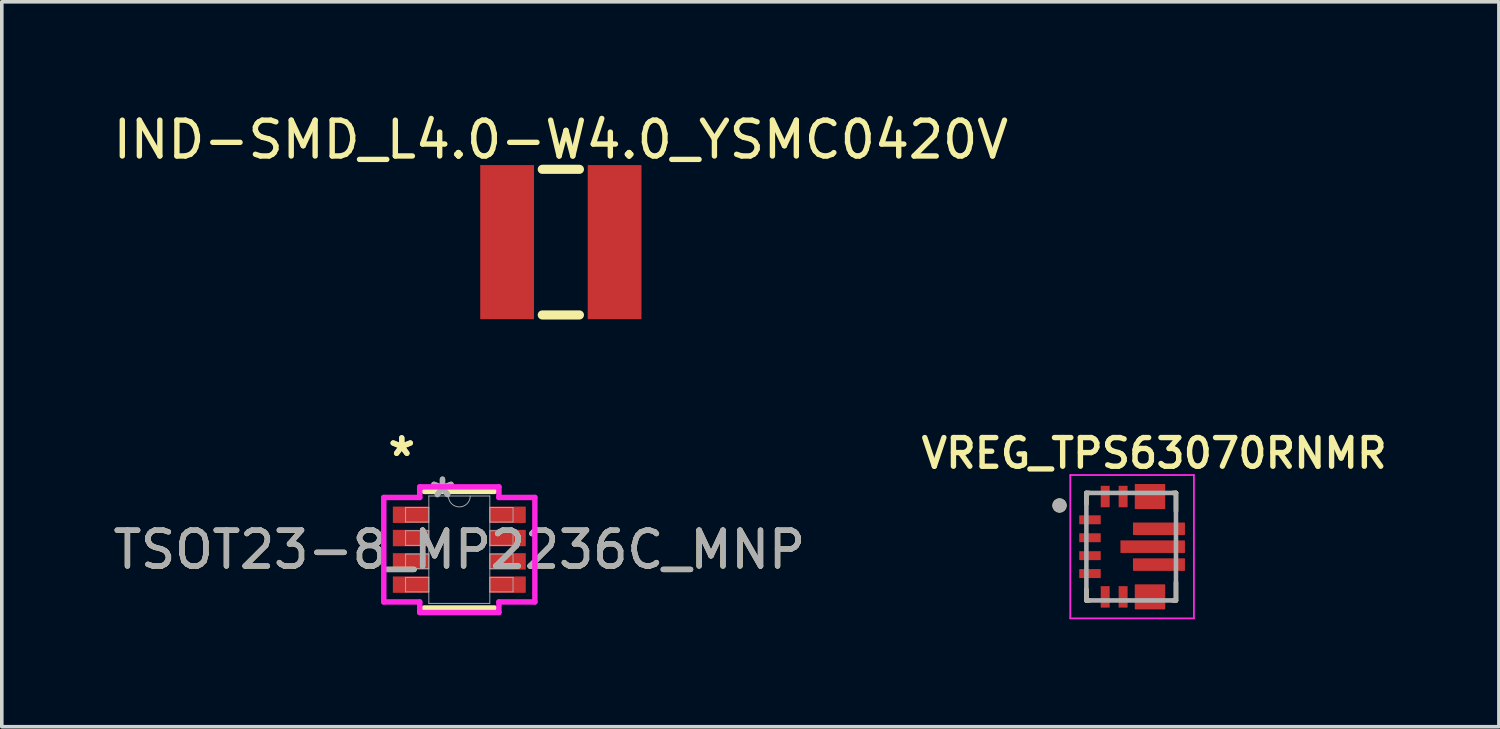
<source format=kicad_pcb>
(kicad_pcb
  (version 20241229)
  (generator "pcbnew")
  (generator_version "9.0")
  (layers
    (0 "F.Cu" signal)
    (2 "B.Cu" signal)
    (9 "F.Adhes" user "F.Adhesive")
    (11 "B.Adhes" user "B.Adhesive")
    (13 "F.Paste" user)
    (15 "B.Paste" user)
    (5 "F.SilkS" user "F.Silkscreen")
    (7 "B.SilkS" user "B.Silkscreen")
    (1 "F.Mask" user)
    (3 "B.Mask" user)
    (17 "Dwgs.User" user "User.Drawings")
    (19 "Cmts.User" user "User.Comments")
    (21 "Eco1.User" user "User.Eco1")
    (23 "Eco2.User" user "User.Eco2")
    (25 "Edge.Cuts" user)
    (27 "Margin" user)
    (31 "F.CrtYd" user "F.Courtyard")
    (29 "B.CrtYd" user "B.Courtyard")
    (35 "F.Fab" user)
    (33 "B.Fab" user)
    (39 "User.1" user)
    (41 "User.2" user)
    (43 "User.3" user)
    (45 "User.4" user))
  (footprint "IND-SMD_L4.0-W4.0_YSMC0420V"
    (layer "F.Cu")
    (at 12.601 3.707)
    (property "Reference" "IND-SMD_L4.0-W4.0_YSMC0420V" (at 0 -2.859 0) (layer "F.SilkS") (effects (font (size 1 1) (thickness 0.15))))
    (fp_line (start -0.519 -2.032) (end 0.519 -2.032) (stroke (width 0.254) (type default)) (layer "F.SilkS"))
    (fp_line (start -0.519 2.032) (end 0.519 2.032) (stroke (width 0.254) (type default)) (layer "F.SilkS"))
    (fp_poly (pts (xy -2 -2) (xy -0.8 -2) (xy -0.8 2) (xy -2 2)) (stroke (width 0.1) (type default)) (fill no) (layer "User.1"))
    (fp_poly (pts (xy 0.8 -2) (xy 2 -2) (xy 2 2) (xy 0.8 2)) (stroke (width 0.1) (type default)) (fill no) (layer "User.1"))
    (fp_line (start -2 -2) (end 2 -2) (stroke (width 0.051) (type default)) (layer "User.2"))
    (fp_line (start -2 2) (end -2 -2) (stroke (width 0.051) (type default)) (layer "User.2"))
    (fp_line (start 2 -2) (end 2 2) (stroke (width 0.051) (type default)) (layer "User.2"))
    (fp_line (start 2 2) (end -2 2) (stroke (width 0.051) (type default)) (layer "User.2"))
    (fp_poly (pts (xy -1.945 1.977) (xy -1.977 1.945) (xy -2.023 1.945) (xy -2.055 1.977) (xy -2.055 2.023) (xy -2.023 2.055) (xy -1.977 2.055) (xy -1.945 2.023)) (stroke (width 0.1) (type default)) (fill no) (layer "User.3"))
    (pad "1" smd rect (at -1.5 0) (size 1.5 4.3) (layers "F.Cu" "F.Mask" "F.Paste"))
    (pad "2" smd rect (at 1.5 0) (size 1.5 4.3) (layers "F.Cu" "F.Mask" "F.Paste")))
  (footprint "TSOT23-8_MP2236C_MNP"
    (layer "F.Cu")
    (at 9.768 12.29)
    (property "Reference" "TSOT23-8_MP2236C_MNP" (at 0 0 0) (unlocked yes) (layer "F.SilkS") (effects (font (size 1 1) (thickness 0.15))))
    (attr smd)
    (fp_line (start -0.978 1.626) (end 0.978 1.626) (stroke (width 0.152) (type solid)) (layer "F.SilkS"))
    (fp_line (start 0.978 -1.626) (end -0.978 -1.626) (stroke (width 0.152) (type solid)) (layer "F.SilkS"))
    (fp_line (start -2.108 -1.458) (end -1.105 -1.458) (stroke (width 0.152) (type solid)) (layer "F.CrtYd"))
    (fp_line (start -2.108 1.458) (end -2.108 -1.458) (stroke (width 0.152) (type solid)) (layer "F.CrtYd"))
    (fp_line (start -2.108 1.458) (end -1.105 1.458) (stroke (width 0.152) (type solid)) (layer "F.CrtYd"))
    (fp_line (start -1.105 -1.753) (end 1.105 -1.753) (stroke (width 0.152) (type solid)) (layer "F.CrtYd"))
    (fp_line (start -1.105 -1.458) (end -1.105 -1.753) (stroke (width 0.152) (type solid)) (layer "F.CrtYd"))
    (fp_line (start -1.105 1.753) (end -1.105 1.458) (stroke (width 0.152) (type solid)) (layer "F.CrtYd"))
    (fp_line (start 1.105 -1.753) (end 1.105 -1.458) (stroke (width 0.152) (type solid)) (layer "F.CrtYd"))
    (fp_line (start 1.105 1.458) (end 1.105 1.753) (stroke (width 0.152) (type solid)) (layer "F.CrtYd"))
    (fp_line (start 1.105 1.753) (end -1.105 1.753) (stroke (width 0.152) (type solid)) (layer "F.CrtYd"))
    (fp_line (start 2.108 -1.458) (end 1.105 -1.458) (stroke (width 0.152) (type solid)) (layer "F.CrtYd"))
    (fp_line (start 2.108 -1.458) (end 2.108 1.458) (stroke (width 0.152) (type solid)) (layer "F.CrtYd"))
    (fp_line (start 2.108 1.458) (end 1.105 1.458) (stroke (width 0.152) (type solid)) (layer "F.CrtYd"))
    (fp_line (start -1.499 -1.178) (end -1.499 -0.772) (stroke (width 0.025) (type solid)) (layer "F.Fab"))
    (fp_line (start -1.499 -0.772) (end -0.851 -0.772) (stroke (width 0.025) (type solid)) (layer "F.Fab"))
    (fp_line (start -1.499 -0.528) (end -1.499 -0.122) (stroke (width 0.025) (type solid)) (layer "F.Fab"))
    (fp_line (start -1.499 -0.122) (end -0.851 -0.122) (stroke (width 0.025) (type solid)) (layer "F.Fab"))
    (fp_line (start -1.499 0.122) (end -1.499 0.528) (stroke (width 0.025) (type solid)) (layer "F.Fab"))
    (fp_line (start -1.499 0.528) (end -0.851 0.528) (stroke (width 0.025) (type solid)) (layer "F.Fab"))
    (fp_line (start -1.499 0.772) (end -1.499 1.178) (stroke (width 0.025) (type solid)) (layer "F.Fab"))
    (fp_line (start -1.499 1.178) (end -0.851 1.178) (stroke (width 0.025) (type solid)) (layer "F.Fab"))
    (fp_line (start -0.851 -1.499) (end -0.851 1.499) (stroke (width 0.025) (type solid)) (layer "F.Fab"))
    (fp_line (start -0.851 -1.178) (end -1.499 -1.178) (stroke (width 0.025) (type solid)) (layer "F.Fab"))
    (fp_line (start -0.851 -0.772) (end -0.851 -1.178) (stroke (width 0.025) (type solid)) (layer "F.Fab"))
    (fp_line (start -0.851 -0.528) (end -1.499 -0.528) (stroke (width 0.025) (type solid)) (layer "F.Fab"))
    (fp_line (start -0.851 -0.122) (end -0.851 -0.528) (stroke (width 0.025) (type solid)) (layer "F.Fab"))
    (fp_line (start -0.851 0.122) (end -1.499 0.122) (stroke (width 0.025) (type solid)) (layer "F.Fab"))
    (fp_line (start -0.851 0.528) (end -0.851 0.122) (stroke (width 0.025) (type solid)) (layer "F.Fab"))
    (fp_line (start -0.851 0.772) (end -1.499 0.772) (stroke (width 0.025) (type solid)) (layer "F.Fab"))
    (fp_line (start -0.851 1.178) (end -0.851 0.772) (stroke (width 0.025) (type solid)) (layer "F.Fab"))
    (fp_line (start -0.851 1.499) (end 0.851 1.499) (stroke (width 0.025) (type solid)) (layer "F.Fab"))
    (fp_line (start 0.851 -1.499) (end -0.851 -1.499) (stroke (width 0.025) (type solid)) (layer "F.Fab"))
    (fp_line (start 0.851 -1.178) (end 0.851 -0.772) (stroke (width 0.025) (type solid)) (layer "F.Fab"))
    (fp_line (start 0.851 -0.772) (end 1.499 -0.772) (stroke (width 0.025) (type solid)) (layer "F.Fab"))
    (fp_line (start 0.851 -0.528) (end 0.851 -0.122) (stroke (width 0.025) (type solid)) (layer "F.Fab"))
    (fp_line (start 0.851 -0.122) (end 1.499 -0.122) (stroke (width 0.025) (type solid)) (layer "F.Fab"))
    (fp_line (start 0.851 0.122) (end 0.851 0.528) (stroke (width 0.025) (type solid)) (layer "F.Fab"))
    (fp_line (start 0.851 0.528) (end 1.499 0.528) (stroke (width 0.025) (type solid)) (layer "F.Fab"))
    (fp_line (start 0.851 0.772) (end 0.851 1.178) (stroke (width 0.025) (type solid)) (layer "F.Fab"))
    (fp_line (start 0.851 1.178) (end 1.499 1.178) (stroke (width 0.025) (type solid)) (layer "F.Fab"))
    (fp_line (start 0.851 1.499) (end 0.851 -1.499) (stroke (width 0.025) (type solid)) (layer "F.Fab"))
    (fp_line (start 1.499 -1.178) (end 0.851 -1.178) (stroke (width 0.025) (type solid)) (layer "F.Fab"))
    (fp_line (start 1.499 -0.772) (end 1.499 -1.178) (stroke (width 0.025) (type solid)) (layer "F.Fab"))
    (fp_line (start 1.499 -0.528) (end 0.851 -0.528) (stroke (width 0.025) (type solid)) (layer "F.Fab"))
    (fp_line (start 1.499 -0.122) (end 1.499 -0.528) (stroke (width 0.025) (type solid)) (layer "F.Fab"))
    (fp_line (start 1.499 0.122) (end 0.851 0.122) (stroke (width 0.025) (type solid)) (layer "F.Fab"))
    (fp_line (start 1.499 0.528) (end 1.499 0.122) (stroke (width 0.025) (type solid)) (layer "F.Fab"))
    (fp_line (start 1.499 0.772) (end 0.851 0.772) (stroke (width 0.025) (type solid)) (layer "F.Fab"))
    (fp_line (start 1.499 1.178) (end 1.499 0.772) (stroke (width 0.025) (type solid)) (layer "F.Fab"))
    (fp_arc (start 0.3048 -1.4986) (mid 0 -1.1938) (end -0.3048 -1.4986) (stroke (width 0.0254) (type solid)) (layer "F.Fab"))
    (fp_text user "*" (at -1.607 -2.575 0) (unlocked yes) (layer "F.SilkS") (effects (font (size 1 1) (thickness 0.15))))
    (fp_text user "*" (at -1.607 -2.575 0) (layer "F.SilkS") (effects (font (size 1 1) (thickness 0.15))))
    (fp_text user "${REFERENCE}" (at 0 0 0) (unlocked yes) (layer "F.Fab") (effects (font (size 1 1) (thickness 0.15))))
    (fp_text user "*" (at -0.47 -1.422 0) (unlocked yes) (layer "F.Fab") (effects (font (size 1 1) (thickness 0.15))))
    (fp_text user "*" (at -0.47 -1.422 0) (layer "F.Fab") (effects (font (size 1 1) (thickness 0.15))))
    (pad "1" smd rect (at -1.353 -0.975) (size 1.003 0.457) (layers "F.Cu" "F.Mask" "F.Paste"))
    (pad "2" smd rect (at -1.353 -0.325) (size 1.003 0.457) (layers "F.Cu" "F.Mask" "F.Paste"))
    (pad "3" smd rect (at -1.353 0.325) (size 1.003 0.457) (layers "F.Cu" "F.Mask" "F.Paste"))
    (pad "4" smd rect (at -1.353 0.975) (size 1.003 0.457) (layers "F.Cu" "F.Mask" "F.Paste"))
    (pad "5" smd rect (at 1.353 0.975) (size 1.003 0.457) (layers "F.Cu" "F.Mask" "F.Paste"))
    (pad "6" smd rect (at 1.353 0.325) (size 1.003 0.457) (layers "F.Cu" "F.Mask" "F.Paste"))
    (pad "7" smd rect (at 1.353 -0.325) (size 1.003 0.457) (layers "F.Cu" "F.Mask" "F.Paste"))
    (pad "8" smd rect (at 1.353 -0.975) (size 1.003 0.457) (layers "F.Cu" "F.Mask" "F.Paste")))
  (footprint "VREG_TPS63070RNMR"
    (layer "F.Cu")
    (at 28.517 12.206)
    (property "Reference" "VREG_TPS63070RNMR" (at 0.64 -2.608 0) (layer "F.SilkS") (effects (font (size 0.8 0.8) (thickness 0.15))))
    (attr smd)
    (fp_poly (pts (xy -1.5 -0.925) (xy -0.8 -0.925) (xy -0.8 -0.575) (xy -1.5 -0.575)) (stroke (width 0.01) (type solid)) (fill yes) (layer "F.Mask"))
    (fp_poly (pts (xy -1.5 -0.425) (xy -0.8 -0.425) (xy -0.8 -0.075) (xy -1.5 -0.075)) (stroke (width 0.01) (type solid)) (fill yes) (layer "F.Mask"))
    (fp_poly (pts (xy -1.5 0.075) (xy -0.8 0.075) (xy -0.8 0.425) (xy -1.5 0.425)) (stroke (width 0.01) (type solid)) (fill yes) (layer "F.Mask"))
    (fp_poly (pts (xy -1.5 0.575) (xy -0.8 0.575) (xy -0.8 0.925) (xy -1.5 0.925)) (stroke (width 0.01) (type solid)) (fill yes) (layer "F.Mask"))
    (fp_poly (pts (xy -0.9 -1.75) (xy -0.55 -1.75) (xy -0.55 -1.05) (xy -0.9 -1.05)) (stroke (width 0.01) (type solid)) (fill yes) (layer "F.Mask"))
    (fp_poly (pts (xy -0.9 1.05) (xy -0.55 1.05) (xy -0.55 1.75) (xy -0.9 1.75)) (stroke (width 0.01) (type solid)) (fill yes) (layer "F.Mask"))
    (fp_poly (pts (xy -0.4 -1.75) (xy -0.05 -1.75) (xy -0.05 -1.05) (xy -0.4 -1.05)) (stroke (width 0.01) (type solid)) (fill yes) (layer "F.Mask"))
    (fp_poly (pts (xy -0.4 1.05) (xy -0.05 1.05) (xy -0.05 1.75) (xy -0.4 1.75)) (stroke (width 0.01) (type solid)) (fill yes) (layer "F.Mask"))
    (fp_poly (pts (xy -0.25 -0.125) (xy 1.45 -0.125) (xy 1.45 0.125) (xy -0.25 0.125)) (stroke (width 0.01) (type solid)) (fill yes) (layer "F.Mask"))
    (fp_poly (pts (xy 0.1 -0.625) (xy 1.45 -0.625) (xy 1.45 -0.375) (xy 0.1 -0.375)) (stroke (width 0.01) (type solid)) (fill yes) (layer "F.Mask"))
    (fp_poly (pts (xy 0.1 0.375) (xy 1.45 0.375) (xy 1.45 0.625) (xy 0.1 0.625)) (stroke (width 0.01) (type solid)) (fill yes) (layer "F.Mask"))
    (fp_poly (pts (xy 0.15 1.1) (xy 0.9 1.1) (xy 0.9 1.7) (xy 0.65 1.7) (xy 0.65 1.35) (xy 0.4 1.35) (xy 0.4 1.7) (xy 0.15 1.7)) (stroke (width 0.01) (type solid)) (fill yes) (layer "F.Mask"))
    (fp_poly (pts (xy 0.9 -1.1) (xy 0.15 -1.1) (xy 0.15 -1.7) (xy 0.4 -1.7) (xy 0.4 -1.35) (xy 0.65 -1.35) (xy 0.65 -1.7) (xy 0.9 -1.7)) (stroke (width 0.01) (type solid)) (fill yes) (layer "F.Mask"))
    (fp_line (start -1.25 -1.5) (end -1.25 -1.195) (stroke (width 0.127) (type solid)) (layer "F.SilkS"))
    (fp_line (start -1.25 1.5) (end -1.25 1.195) (stroke (width 0.127) (type solid)) (layer "F.SilkS"))
    (fp_line (start -1.17 -1.5) (end -1.25 -1.5) (stroke (width 0.127) (type solid)) (layer "F.SilkS"))
    (fp_line (start -1.17 1.5) (end -1.25 1.5) (stroke (width 0.127) (type solid)) (layer "F.SilkS"))
    (fp_line (start 1.17 -1.5) (end 1.25 -1.5) (stroke (width 0.127) (type solid)) (layer "F.SilkS"))
    (fp_line (start 1.25 -1.5) (end 1.25 -0.995) (stroke (width 0.127) (type solid)) (layer "F.SilkS"))
    (fp_line (start 1.25 0.995) (end 1.25 1.5) (stroke (width 0.127) (type solid)) (layer "F.SilkS"))
    (fp_line (start 1.25 1.5) (end 1.17 1.5) (stroke (width 0.127) (type solid)) (layer "F.SilkS"))
    (fp_circle (center -2 -1.15) (end -1.9 -1.15) (stroke (width 0.2) (type solid)) (fill no) (layer "F.SilkS"))
    (fp_poly (pts (xy -0.22 -0.125) (xy 0.5 -0.125) (xy 0.5 0.125) (xy -0.22 0.125)) (stroke (width 0.01) (type solid)) (fill yes) (layer "F.Paste"))
    (fp_poly (pts (xy 0.101 -0.625) (xy 0.675 -0.625) (xy 0.675 -0.375) (xy 0.101 -0.375)) (stroke (width 0.01) (type solid)) (fill yes) (layer "F.Paste"))
    (fp_poly (pts (xy 0.101 0.375) (xy 0.675 0.375) (xy 0.675 0.625) (xy 0.101 0.625)) (stroke (width 0.01) (type solid)) (fill yes) (layer "F.Paste"))
    (fp_poly (pts (xy 0.7 -0.125) (xy 1.42 -0.125) (xy 1.42 0.125) (xy 0.7 0.125)) (stroke (width 0.01) (type solid)) (fill yes) (layer "F.Paste"))
    (fp_poly (pts (xy 0.875 -0.625) (xy 1.45 -0.625) (xy 1.45 -0.375) (xy 0.875 -0.375)) (stroke (width 0.01) (type solid)) (fill yes) (layer "F.Paste"))
    (fp_poly (pts (xy 0.875 0.375) (xy 1.45 0.375) (xy 1.45 0.625) (xy 0.875 0.625)) (stroke (width 0.01) (type solid)) (fill yes) (layer "F.Paste"))
    (fp_poly (pts (xy 0.15 1.1) (xy 0.9 1.1) (xy 0.9 1.7) (xy 0.65 1.7) (xy 0.65 1.35) (xy 0.4 1.35) (xy 0.4 1.7) (xy 0.15 1.7)) (stroke (width 0.01) (type solid)) (fill yes) (layer "F.Paste"))
    (fp_poly (pts (xy 0.9 -1.1) (xy 0.15 -1.1) (xy 0.15 -1.7) (xy 0.4 -1.7) (xy 0.4 -1.35) (xy 0.65 -1.35) (xy 0.65 -1.7) (xy 0.9 -1.7)) (stroke (width 0.01) (type solid)) (fill yes) (layer "F.Paste"))
    (fp_line (start -1.7 -2) (end 1.75 -2) (stroke (width 0.05) (type solid)) (layer "F.CrtYd"))
    (fp_line (start -1.7 2) (end -1.7 -2) (stroke (width 0.05) (type solid)) (layer "F.CrtYd"))
    (fp_line (start 1.75 -2) (end 1.75 2) (stroke (width 0.05) (type solid)) (layer "F.CrtYd"))
    (fp_line (start 1.75 2) (end -1.7 2) (stroke (width 0.05) (type solid)) (layer "F.CrtYd"))
    (fp_line (start -1.25 -1.5) (end 1.25 -1.5) (stroke (width 0.127) (type solid)) (layer "F.Fab"))
    (fp_line (start -1.25 1.5) (end -1.25 -1.5) (stroke (width 0.127) (type solid)) (layer "F.Fab"))
    (fp_line (start 1.25 -1.5) (end 1.25 1.5) (stroke (width 0.127) (type solid)) (layer "F.Fab"))
    (fp_line (start 1.25 1.5) (end -1.25 1.5) (stroke (width 0.127) (type solid)) (layer "F.Fab"))
    (fp_circle (center -2 -1.15) (end -1.9 -1.15) (stroke (width 0.2) (type solid)) (fill no) (layer "F.Fab"))
    (pad "1" smd roundrect (at -1.15 -0.75) (size 0.6 0.25) (layers "F.Cu" "F.Paste") (roundrect_rratio 0.025))
    (pad "2" smd roundrect (at -1.15 -0.25) (size 0.6 0.25) (layers "F.Cu" "F.Paste") (roundrect_rratio 0.025))
    (pad "3" smd roundrect (at -1.15 0.25) (size 0.6 0.25) (layers "F.Cu" "F.Paste") (roundrect_rratio 0.025))
    (pad "4" smd roundrect (at -1.15 0.75) (size 0.6 0.25) (layers "F.Cu" "F.Paste") (roundrect_rratio 0.025))
    (pad "5" smd roundrect (at -0.725 1.4) (size 0.25 0.6) (layers "F.Cu" "F.Paste") (roundrect_rratio 0.025))
    (pad "6" smd roundrect (at -0.225 1.4) (size 0.25 0.6) (layers "F.Cu" "F.Paste") (roundrect_rratio 0.025))
    (pad "7_8" smd roundrect (at 0.525 1.4) (size 0.85 0.7) (layers "F.Cu") (roundrect_rratio 0.025))
    (pad "9" smd roundrect (at 0.775 0.5) (size 1.45 0.35) (layers "F.Cu") (roundrect_rratio 0.025))
    (pad "10" smd roundrect (at 0.6 0) (size 1.8 0.35) (layers "F.Cu") (roundrect_rratio 0.025))
    (pad "11" smd roundrect (at 0.775 -0.5) (size 1.45 0.35) (layers "F.Cu") (roundrect_rratio 0.025))
    (pad "12_13" smd roundrect (at 0.525 -1.4) (size 0.85 0.7) (layers "F.Cu") (roundrect_rratio 0.025))
    (pad "14" smd roundrect (at -0.225 -1.4) (size 0.25 0.6) (layers "F.Cu" "F.Paste") (roundrect_rratio 0.025))
    (pad "15" smd roundrect (at -0.725 -1.4) (size 0.25 0.6) (layers "F.Cu" "F.Paste") (roundrect_rratio 0.025)))
  (gr_rect
    (start -3 -3)
    (end 38.778 17.23)
    (stroke (width 0.1) (type default))
    (fill no)
    (layer "Edge.Cuts")))
</source>
